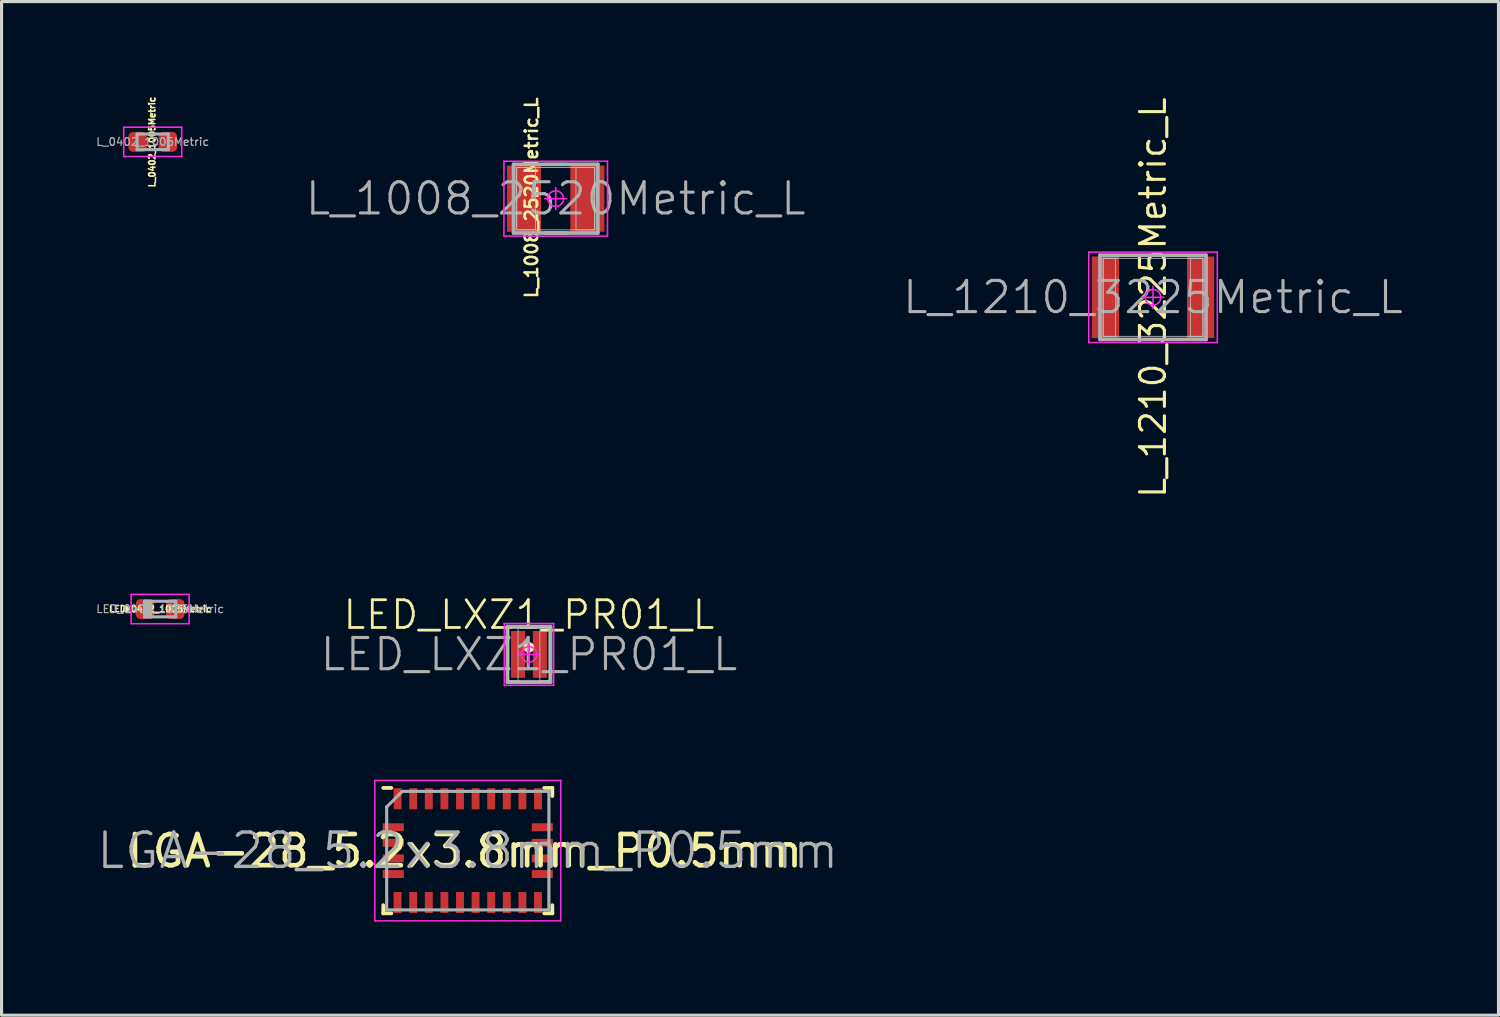
<source format=kicad_pcb>
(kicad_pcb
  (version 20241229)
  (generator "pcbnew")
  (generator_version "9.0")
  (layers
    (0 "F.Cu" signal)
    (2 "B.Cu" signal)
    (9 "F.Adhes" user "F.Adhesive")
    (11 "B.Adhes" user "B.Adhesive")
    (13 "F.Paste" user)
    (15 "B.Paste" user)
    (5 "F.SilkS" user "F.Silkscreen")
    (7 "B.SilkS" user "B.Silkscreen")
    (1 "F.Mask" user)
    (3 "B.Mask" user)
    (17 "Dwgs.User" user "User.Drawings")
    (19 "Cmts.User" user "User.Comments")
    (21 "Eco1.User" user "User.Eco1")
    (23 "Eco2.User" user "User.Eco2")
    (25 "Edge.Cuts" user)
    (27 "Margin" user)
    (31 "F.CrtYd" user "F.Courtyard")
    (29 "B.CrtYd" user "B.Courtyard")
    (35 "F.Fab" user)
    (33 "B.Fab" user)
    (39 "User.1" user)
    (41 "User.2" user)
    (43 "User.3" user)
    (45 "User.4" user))
  (footprint "LGA-28_5.2x3.8mm_P0.5mm"
    (layer "F.Cu")
    (at 11.945 24.217)
    (property "Reference" "LGA-28_5.2x3.8mm_P0.5mm" (at -0.098 0.012 0) (layer "F.SilkS") (effects (font (size 1 1) (thickness 0.15))))
    (attr smd)
    (fp_line (start -2.71 -2.01) (end -2.45 -2.01) (stroke (width 0.12) (type solid)) (layer "F.SilkS"))
    (fp_line (start -2.71 2.01) (end -2.71 1.75) (stroke (width 0.12) (type solid)) (layer "F.SilkS"))
    (fp_line (start -2.71 2.01) (end -2.45 2.01) (stroke (width 0.12) (type solid)) (layer "F.SilkS"))
    (fp_line (start 2.71 -2.01) (end 2.45 -2.01) (stroke (width 0.12) (type solid)) (layer "F.SilkS"))
    (fp_line (start 2.71 -2.01) (end 2.71 -1.75) (stroke (width 0.12) (type solid)) (layer "F.SilkS"))
    (fp_line (start 2.71 2.01) (end 2.45 2.01) (stroke (width 0.12) (type solid)) (layer "F.SilkS"))
    (fp_line (start 2.71 2.01) (end 2.71 1.75) (stroke (width 0.12) (type solid)) (layer "F.SilkS"))
    (fp_line (start -2.98 -2.25) (end -2.98 2.25) (stroke (width 0.05) (type solid)) (layer "F.CrtYd"))
    (fp_line (start -2.98 2.25) (end 2.98 2.25) (stroke (width 0.05) (type solid)) (layer "F.CrtYd"))
    (fp_line (start 2.98 -2.25) (end -2.98 -2.25) (stroke (width 0.05) (type solid)) (layer "F.CrtYd"))
    (fp_line (start 2.98 2.25) (end 2.98 -2.25) (stroke (width 0.05) (type solid)) (layer "F.CrtYd"))
    (fp_line (start -2.6 -1.4) (end -2.6 1.9) (stroke (width 0.1) (type solid)) (layer "F.Fab"))
    (fp_line (start -2.6 -1.4) (end -2.1 -1.9) (stroke (width 0.1) (type solid)) (layer "F.Fab"))
    (fp_line (start -2.6 1.9) (end 2.6 1.9) (stroke (width 0.1) (type solid)) (layer "F.Fab"))
    (fp_line (start 2.6 -1.9) (end -2.1 -1.9) (stroke (width 0.1) (type solid)) (layer "F.Fab"))
    (fp_line (start 2.6 1.9) (end 2.6 -1.9) (stroke (width 0.1) (type solid)) (layer "F.Fab"))
    (fp_text user "${REFERENCE}" (at 0 0 0) (layer "F.Fab") (effects (font (size 1.1 1.1) (thickness 0.11))))
    (pad "1" smd rect (at -2.25 -1.663) (size 0.254 0.675) (layers "F.Cu" "F.Mask" "F.Paste"))
    (pad "2" smd rect (at -2.388 -0.75 90) (size 0.254 0.675) (layers "F.Cu" "F.Mask" "F.Paste"))
    (pad "3" smd rect (at -2.388 -0.25 90) (size 0.254 0.675) (layers "F.Cu" "F.Mask" "F.Paste"))
    (pad "4" smd rect (at -2.388 0.25 90) (size 0.254 0.675) (layers "F.Cu" "F.Mask" "F.Paste"))
    (pad "5" smd rect (at -2.388 0.75 90) (size 0.254 0.675) (layers "F.Cu" "F.Mask" "F.Paste"))
    (pad "6" smd rect (at -2.25 1.663) (size 0.254 0.675) (layers "F.Cu" "F.Mask" "F.Paste"))
    (pad "7" smd rect (at -1.75 1.663) (size 0.254 0.675) (layers "F.Cu" "F.Mask" "F.Paste"))
    (pad "8" smd rect (at -1.25 1.663) (size 0.254 0.675) (layers "F.Cu" "F.Mask" "F.Paste"))
    (pad "9" smd rect (at -0.75 1.663) (size 0.254 0.675) (layers "F.Cu" "F.Mask" "F.Paste"))
    (pad "10" smd rect (at -0.25 1.663) (size 0.254 0.675) (layers "F.Cu" "F.Mask" "F.Paste"))
    (pad "11" smd rect (at 0.25 1.663) (size 0.254 0.675) (layers "F.Cu" "F.Mask" "F.Paste"))
    (pad "12" smd rect (at 0.75 1.663) (size 0.254 0.675) (layers "F.Cu" "F.Mask" "F.Paste"))
    (pad "13" smd rect (at 1.25 1.663) (size 0.254 0.675) (layers "F.Cu" "F.Mask" "F.Paste"))
    (pad "14" smd rect (at 1.75 1.663) (size 0.254 0.675) (layers "F.Cu" "F.Mask" "F.Paste"))
    (pad "15" smd rect (at 2.25 1.663) (size 0.254 0.675) (layers "F.Cu" "F.Mask" "F.Paste"))
    (pad "16" smd rect (at 2.388 0.75 90) (size 0.254 0.675) (layers "F.Cu" "F.Mask" "F.Paste"))
    (pad "17" smd rect (at 2.388 0.25 90) (size 0.254 0.675) (layers "F.Cu" "F.Mask" "F.Paste"))
    (pad "18" smd rect (at 2.388 -0.25 90) (size 0.254 0.675) (layers "F.Cu" "F.Mask" "F.Paste"))
    (pad "19" smd rect (at 2.388 -0.75 90) (size 0.254 0.675) (layers "F.Cu" "F.Mask" "F.Paste"))
    (pad "20" smd rect (at 2.25 -1.663) (size 0.254 0.675) (layers "F.Cu" "F.Mask" "F.Paste"))
    (pad "21" smd rect (at 1.75 -1.663) (size 0.254 0.675) (layers "F.Cu" "F.Mask" "F.Paste"))
    (pad "22" smd rect (at 1.25 -1.663) (size 0.254 0.675) (layers "F.Cu" "F.Mask" "F.Paste"))
    (pad "23" smd rect (at 0.75 -1.663) (size 0.254 0.675) (layers "F.Cu" "F.Mask" "F.Paste"))
    (pad "24" smd rect (at 0.25 -1.663) (size 0.254 0.675) (layers "F.Cu" "F.Mask" "F.Paste"))
    (pad "25" smd rect (at -0.25 -1.663) (size 0.254 0.675) (layers "F.Cu" "F.Mask" "F.Paste"))
    (pad "26" smd rect (at -0.75 -1.663) (size 0.254 0.675) (layers "F.Cu" "F.Mask" "F.Paste"))
    (pad "27" smd rect (at -1.25 -1.663) (size 0.254 0.675) (layers "F.Cu" "F.Mask" "F.Paste"))
    (pad "28" smd rect (at -1.75 -1.663) (size 0.254 0.675) (layers "F.Cu" "F.Mask" "F.Paste")))
  (footprint "LED_0402_1005Metric"
    (layer "F.Cu")
    (at 2.083 16.473)
    (property "Reference" "LED_0402_1005Metric" (at 0.002 -0.003 180) (layer "F.SilkS") (effects (font (size 0.2 0.2) (thickness 0.05))))
    (attr smd)
    (fp_circle (center -1.09 0) (end -1.04 0) (stroke (width 0.1) (type solid)) (fill no) (layer "F.SilkS"))
    (fp_line (start -0.93 -0.47) (end 0.93 -0.47) (stroke (width 0.05) (type solid)) (layer "F.CrtYd"))
    (fp_line (start -0.93 0.47) (end -0.93 -0.47) (stroke (width 0.05) (type solid)) (layer "F.CrtYd"))
    (fp_line (start 0.93 -0.47) (end 0.93 0.47) (stroke (width 0.05) (type solid)) (layer "F.CrtYd"))
    (fp_line (start 0.93 0.47) (end -0.93 0.47) (stroke (width 0.05) (type solid)) (layer "F.CrtYd"))
    (fp_line (start -0.5 -0.25) (end 0.5 -0.25) (stroke (width 0.1) (type solid)) (layer "F.Fab"))
    (fp_line (start -0.5 0.25) (end -0.5 -0.25) (stroke (width 0.1) (type solid)) (layer "F.Fab"))
    (fp_line (start -0.4 0.25) (end -0.4 -0.25) (stroke (width 0.1) (type solid)) (layer "F.Fab"))
    (fp_line (start -0.3 0.25) (end -0.3 -0.25) (stroke (width 0.1) (type solid)) (layer "F.Fab"))
    (fp_line (start 0.5 -0.25) (end 0.5 0.25) (stroke (width 0.1) (type solid)) (layer "F.Fab"))
    (fp_line (start 0.5 0.25) (end -0.5 0.25) (stroke (width 0.1) (type solid)) (layer "F.Fab"))
    (fp_text user "${REFERENCE}" (at 0 0 180) (layer "F.Fab") (effects (font (size 0.25 0.25) (thickness 0.04))))
    (pad "1" smd roundrect (at -0.485 0) (size 0.59 0.64) (layers "F.Cu" "F.Mask" "F.Paste") (roundrect_rratio 0.25))
    (pad "2" smd roundrect (at 0.485 0) (size 0.59 0.64) (layers "F.Cu" "F.Mask" "F.Paste") (roundrect_rratio 0.25)))
  (footprint "LED_LXZ1_PR01_L"
    (layer "F.Cu")
    (at 13.906 17.927)
    (property "Reference" "LED_LXZ1_PR01_L" (at 0 0 0) (layer "F.Fab") (effects (font (size 1 1) (thickness 0.1))))
    (attr smd)
    (fp_circle (center 0 -0.225) (end 0.02 -0.225) (stroke (width 0.15) (type solid)) (fill no) (layer "F.SilkS"))
    (fp_line (start -0.65 -0.85) (end -0.35 -0.85) (stroke (width 0.025) (type solid)) (layer "Dwgs.User"))
    (fp_line (start -0.65 -0.85) (end 0.65 -0.85) (stroke (width 0.025) (type solid)) (layer "Dwgs.User"))
    (fp_line (start -0.65 0.85) (end -0.65 -0.85) (stroke (width 0.025) (type solid)) (layer "Dwgs.User"))
    (fp_line (start -0.65 0.85) (end -0.65 -0.85) (stroke (width 0.025) (type solid)) (layer "Dwgs.User"))
    (fp_line (start -0.35 -0.85) (end -0.35 0.85) (stroke (width 0.025) (type solid)) (layer "Dwgs.User"))
    (fp_line (start -0.35 0.85) (end -0.65 0.85) (stroke (width 0.025) (type solid)) (layer "Dwgs.User"))
    (fp_line (start 0.35 -0.85) (end 0.65 -0.85) (stroke (width 0.025) (type solid)) (layer "Dwgs.User"))
    (fp_line (start 0.35 0.85) (end 0.35 -0.85) (stroke (width 0.025) (type solid)) (layer "Dwgs.User"))
    (fp_line (start 0.65 -0.85) (end 0.65 0.85) (stroke (width 0.025) (type solid)) (layer "Dwgs.User"))
    (fp_line (start 0.65 -0.85) (end 0.65 0.85) (stroke (width 0.025) (type solid)) (layer "Dwgs.User"))
    (fp_line (start 0.65 0.85) (end -0.65 0.85) (stroke (width 0.025) (type solid)) (layer "Dwgs.User"))
    (fp_line (start 0.65 0.85) (end 0.35 0.85) (stroke (width 0.025) (type solid)) (layer "Dwgs.User"))
    (fp_line (start -0.79 -0.99) (end 0.79 -0.99) (stroke (width 0.05) (type solid)) (layer "F.CrtYd"))
    (fp_line (start -0.79 0.99) (end -0.79 -0.99) (stroke (width 0.05) (type solid)) (layer "F.CrtYd"))
    (fp_line (start 0 -0.35) (end 0 0.35) (stroke (width 0.05) (type solid)) (layer "F.CrtYd"))
    (fp_line (start 0.35 0) (end -0.35 0) (stroke (width 0.05) (type solid)) (layer "F.CrtYd"))
    (fp_line (start 0.79 -0.99) (end 0.79 0.99) (stroke (width 0.05) (type solid)) (layer "F.CrtYd"))
    (fp_line (start 0.79 0.99) (end -0.79 0.99) (stroke (width 0.05) (type solid)) (layer "F.CrtYd"))
    (fp_circle (center 0 0) (end 0 0.25) (stroke (width 0.05) (type solid)) (fill no) (layer "F.CrtYd"))
    (fp_line (start -0.69 -0.89) (end 0.69 -0.89) (stroke (width 0.12) (type solid)) (layer "F.Fab"))
    (fp_line (start -0.69 0.89) (end -0.69 -0.89) (stroke (width 0.12) (type solid)) (layer "F.Fab"))
    (fp_line (start 0.69 -0.89) (end 0.69 0.89) (stroke (width 0.12) (type solid)) (layer "F.Fab"))
    (fp_line (start 0.69 0.89) (end -0.69 0.89) (stroke (width 0.12) (type solid)) (layer "F.Fab"))
    (fp_text user "${REFERENCE}" (at 0 -1.27 0) (layer "F.SilkS") (effects (font (size 0.89 0.89) (thickness 0.09))))
    (pad "A" smd rect (at -0.35 0) (size 0.45 1.5) (layers "F.Cu" "F.Mask" "F.Paste"))
    (pad "C" smd rect (at 0.35 0) (size 0.45 1.5) (layers "F.Cu" "F.Mask" "F.Paste")))
  (footprint "L_1008_2520Metric_L"
    (layer "F.Cu")
    (at 14.763 3.318)
    (property "Reference" "L_1008_2520Metric_L" (at 0 0 180) (layer "F.Fab") (effects (font (size 1 1) (thickness 0.1))))
    (attr smd)
    (fp_line (start -0.32 -1.1) (end 0.32 -1.1) (stroke (width 0.1) (type solid)) (layer "F.SilkS"))
    (fp_line (start -0.32 1.1) (end 0.32 1.1) (stroke (width 0.1) (type solid)) (layer "F.SilkS"))
    (fp_line (start -1.25 -1) (end -0.65 -1) (stroke (width 0.025) (type solid)) (layer "Dwgs.User"))
    (fp_line (start -1.25 -1) (end 1.25 -1) (stroke (width 0.025) (type solid)) (layer "Dwgs.User"))
    (fp_line (start -1.25 1) (end -1.25 -1) (stroke (width 0.025) (type solid)) (layer "Dwgs.User"))
    (fp_line (start -1.25 1) (end -1.25 -1) (stroke (width 0.025) (type solid)) (layer "Dwgs.User"))
    (fp_line (start -0.65 -1) (end -0.65 1) (stroke (width 0.025) (type solid)) (layer "Dwgs.User"))
    (fp_line (start -0.65 1) (end -1.25 1) (stroke (width 0.025) (type solid)) (layer "Dwgs.User"))
    (fp_line (start 0.65 -1) (end 1.25 -1) (stroke (width 0.025) (type solid)) (layer "Dwgs.User"))
    (fp_line (start 0.65 1) (end 0.65 -1) (stroke (width 0.025) (type solid)) (layer "Dwgs.User"))
    (fp_line (start 1.25 -1) (end 1.25 1) (stroke (width 0.025) (type solid)) (layer "Dwgs.User"))
    (fp_line (start 1.25 -1) (end 1.25 1) (stroke (width 0.025) (type solid)) (layer "Dwgs.User"))
    (fp_line (start 1.25 1) (end -1.25 1) (stroke (width 0.025) (type solid)) (layer "Dwgs.User"))
    (fp_line (start 1.25 1) (end 0.65 1) (stroke (width 0.025) (type solid)) (layer "Dwgs.User"))
    (fp_line (start -1.66 -1.2) (end 1.66 -1.2) (stroke (width 0.05) (type solid)) (layer "F.CrtYd"))
    (fp_line (start -1.66 1.2) (end -1.66 -1.2) (stroke (width 0.05) (type solid)) (layer "F.CrtYd"))
    (fp_line (start 0 -0.35) (end 0 0.35) (stroke (width 0.05) (type solid)) (layer "F.CrtYd"))
    (fp_line (start 0.35 0) (end -0.35 0) (stroke (width 0.05) (type solid)) (layer "F.CrtYd"))
    (fp_line (start 1.66 -1.2) (end 1.66 1.2) (stroke (width 0.05) (type solid)) (layer "F.CrtYd"))
    (fp_line (start 1.66 1.2) (end -1.66 1.2) (stroke (width 0.05) (type solid)) (layer "F.CrtYd"))
    (fp_circle (center 0 0) (end 0 0.25) (stroke (width 0.05) (type solid)) (fill no) (layer "F.CrtYd"))
    (fp_line (start -1.35 -1.1) (end 1.35 -1.1) (stroke (width 0.12) (type solid)) (layer "F.Fab"))
    (fp_line (start -1.35 1.1) (end -1.35 -1.1) (stroke (width 0.12) (type solid)) (layer "F.Fab"))
    (fp_line (start 1.35 -1.1) (end 1.35 1.1) (stroke (width 0.12) (type solid)) (layer "F.Fab"))
    (fp_line (start 1.35 1.1) (end -1.35 1.1) (stroke (width 0.12) (type solid)) (layer "F.Fab"))
    (fp_text user "${REFERENCE}" (at -0.777 -0.028 90) (layer "F.SilkS") (effects (font (size 0.4 0.4) (thickness 0.08))))
    (pad "1" smd rect (at -1.015 0) (size 1.09 2.12) (layers "F.Cu" "F.Mask" "F.Paste"))
    (pad "2" smd rect (at 1.015 0) (size 1.09 2.12) (layers "F.Cu" "F.Mask" "F.Paste")))
  (footprint "L_0402_1005Metric"
    (layer "F.Cu")
    (at 1.845 1.497)
    (property "Reference" "L_0402_1005Metric" (at -0.021 0.006 270) (layer "F.SilkS") (effects (font (size 0.2 0.2) (thickness 0.05))))
    (attr smd)
    (fp_line (start -0.93 -0.47) (end 0.93 -0.47) (stroke (width 0.05) (type solid)) (layer "F.CrtYd"))
    (fp_line (start -0.93 0.47) (end -0.93 -0.47) (stroke (width 0.05) (type solid)) (layer "F.CrtYd"))
    (fp_line (start 0.93 -0.47) (end 0.93 0.47) (stroke (width 0.05) (type solid)) (layer "F.CrtYd"))
    (fp_line (start 0.93 0.47) (end -0.93 0.47) (stroke (width 0.05) (type solid)) (layer "F.CrtYd"))
    (fp_line (start -0.5 -0.25) (end 0.5 -0.25) (stroke (width 0.1) (type solid)) (layer "F.Fab"))
    (fp_line (start -0.5 0.25) (end -0.5 -0.25) (stroke (width 0.1) (type solid)) (layer "F.Fab"))
    (fp_line (start 0.5 -0.25) (end 0.5 0.25) (stroke (width 0.1) (type solid)) (layer "F.Fab"))
    (fp_line (start 0.5 0.25) (end -0.5 0.25) (stroke (width 0.1) (type solid)) (layer "F.Fab"))
    (fp_text user "${REFERENCE}" (at 0 0 0) (layer "F.Fab") (effects (font (size 0.25 0.25) (thickness 0.04))))
    (pad "1" smd roundrect (at -0.485 0) (size 0.59 0.64) (layers "F.Cu" "F.Mask" "F.Paste") (roundrect_rratio 0.25))
    (pad "2" smd roundrect (at 0.485 0) (size 0.59 0.64) (layers "F.Cu" "F.Mask" "F.Paste") (roundrect_rratio 0.25)))
  (footprint "L_1210_3225Metric_L"
    (layer "F.Cu")
    (at 33.91 6.481)
    (property "Reference" "L_1210_3225Metric_L" (at 0 0 180) (layer "F.Fab") (effects (font (size 1 1) (thickness 0.1))))
    (attr smd)
    (fp_line (start -0.94 -1.35) (end 0.94 -1.35) (stroke (width 0.05) (type solid)) (layer "B.Mask"))
    (fp_line (start -0.94 1.35) (end 0.94 1.35) (stroke (width 0.05) (type solid)) (layer "B.Mask"))
    (fp_line (start -1.6 -1.25) (end -1.2 -1.25) (stroke (width 0.025) (type solid)) (layer "Dwgs.User"))
    (fp_line (start -1.6 -1.25) (end 1.6 -1.25) (stroke (width 0.025) (type solid)) (layer "Dwgs.User"))
    (fp_line (start -1.6 1.25) (end -1.6 -1.25) (stroke (width 0.025) (type solid)) (layer "Dwgs.User"))
    (fp_line (start -1.6 1.25) (end -1.6 -1.25) (stroke (width 0.025) (type solid)) (layer "Dwgs.User"))
    (fp_line (start -1.2 -1.25) (end -1.2 1.25) (stroke (width 0.025) (type solid)) (layer "Dwgs.User"))
    (fp_line (start -1.2 1.25) (end -1.6 1.25) (stroke (width 0.025) (type solid)) (layer "Dwgs.User"))
    (fp_line (start 1.2 -1.25) (end 1.6 -1.25) (stroke (width 0.025) (type solid)) (layer "Dwgs.User"))
    (fp_line (start 1.2 1.25) (end 1.2 -1.25) (stroke (width 0.025) (type solid)) (layer "Dwgs.User"))
    (fp_line (start 1.6 -1.25) (end 1.6 1.25) (stroke (width 0.025) (type solid)) (layer "Dwgs.User"))
    (fp_line (start 1.6 -1.25) (end 1.6 1.25) (stroke (width 0.025) (type solid)) (layer "Dwgs.User"))
    (fp_line (start 1.6 1.25) (end -1.6 1.25) (stroke (width 0.025) (type solid)) (layer "Dwgs.User"))
    (fp_line (start 1.6 1.25) (end 1.2 1.25) (stroke (width 0.025) (type solid)) (layer "Dwgs.User"))
    (fp_line (start -2.06 -1.45) (end 2.06 -1.45) (stroke (width 0.05) (type solid)) (layer "F.CrtYd"))
    (fp_line (start -2.06 1.45) (end -2.06 -1.45) (stroke (width 0.05) (type solid)) (layer "F.CrtYd"))
    (fp_line (start 0 -0.35) (end 0 0.35) (stroke (width 0.05) (type solid)) (layer "F.CrtYd"))
    (fp_line (start 0.35 0) (end -0.35 0) (stroke (width 0.05) (type solid)) (layer "F.CrtYd"))
    (fp_line (start 2.06 -1.45) (end 2.06 1.45) (stroke (width 0.05) (type solid)) (layer "F.CrtYd"))
    (fp_line (start 2.06 1.45) (end -2.06 1.45) (stroke (width 0.05) (type solid)) (layer "F.CrtYd"))
    (fp_circle (center 0 0) (end 0 0.25) (stroke (width 0.05) (type solid)) (fill no) (layer "F.CrtYd"))
    (fp_line (start -1.7 -1.35) (end 1.7 -1.35) (stroke (width 0.12) (type solid)) (layer "F.Fab"))
    (fp_line (start -1.7 1.35) (end -1.7 -1.35) (stroke (width 0.12) (type solid)) (layer "F.Fab"))
    (fp_line (start 1.7 -1.35) (end 1.7 1.35) (stroke (width 0.12) (type solid)) (layer "F.Fab"))
    (fp_line (start 1.7 1.35) (end -1.7 1.35) (stroke (width 0.12) (type solid)) (layer "F.Fab"))
    (fp_text user "${REFERENCE}" (at 0 0.008 270) (layer "F.SilkS") (effects (font (size 0.8 0.8) (thickness 0.1))))
    (pad "1" smd rect (at -1.525 0) (size 0.87 2.62) (layers "F.Cu" "F.Mask" "F.Paste"))
    (pad "2" smd rect (at 1.525 0) (size 0.87 2.62) (layers "F.Cu" "F.Mask" "F.Paste")))
  (gr_rect
    (start -3 -3)
    (end 44.984 29.492)
    (stroke (width 0.1) (type default))
    (fill no)
    (layer "Edge.Cuts")))
</source>
